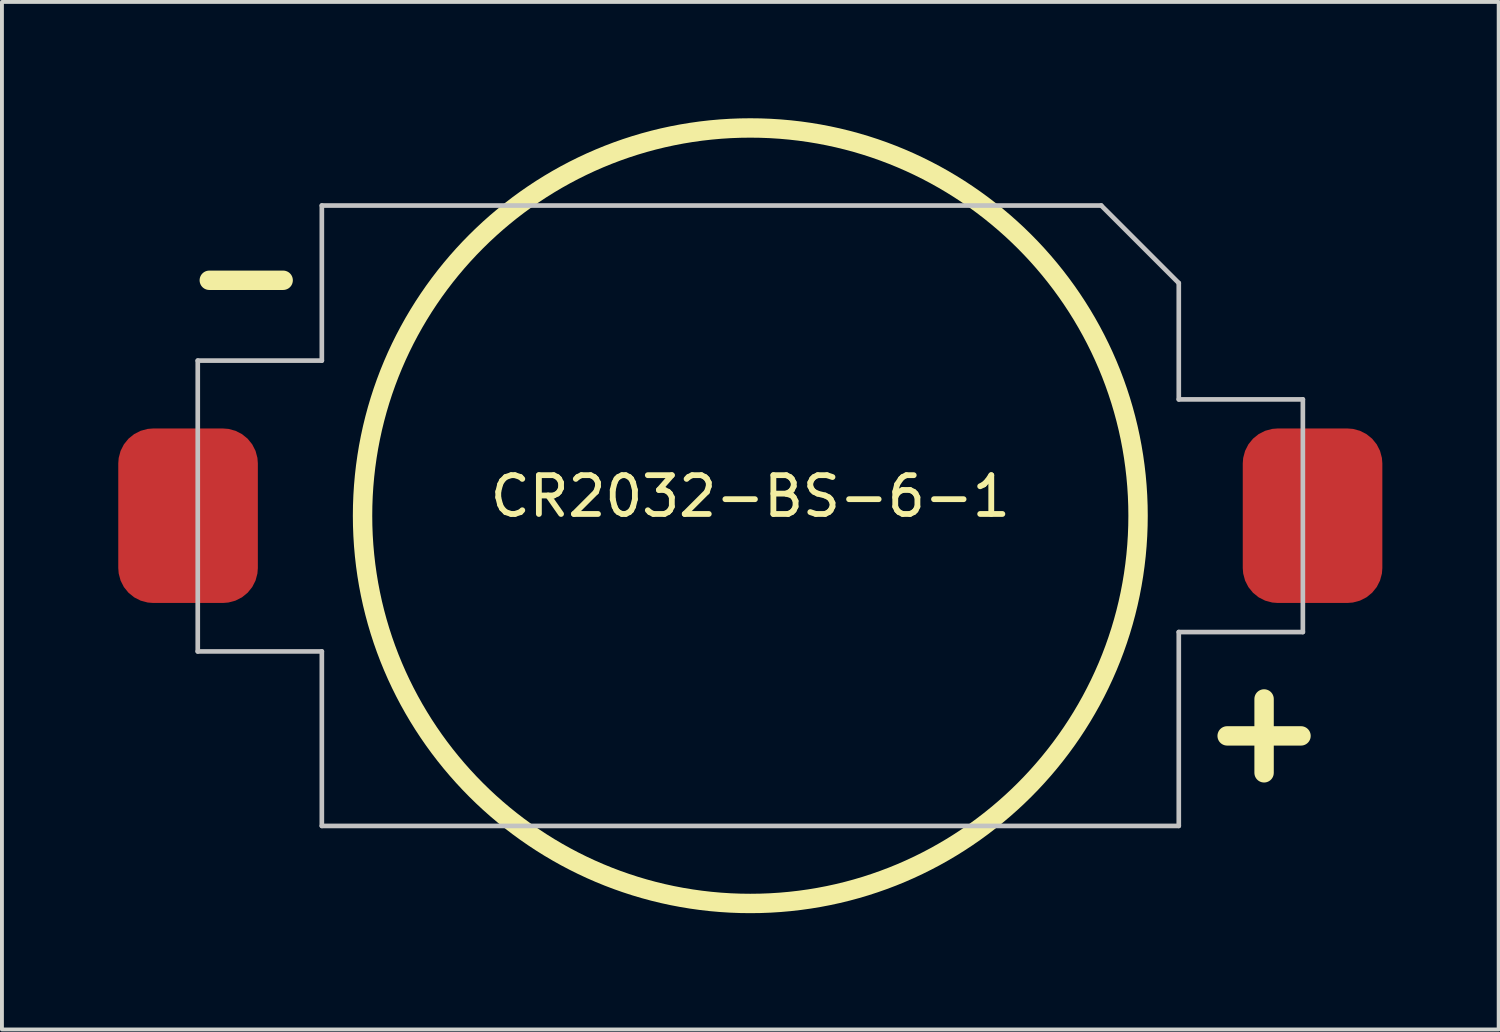
<source format=kicad_pcb>
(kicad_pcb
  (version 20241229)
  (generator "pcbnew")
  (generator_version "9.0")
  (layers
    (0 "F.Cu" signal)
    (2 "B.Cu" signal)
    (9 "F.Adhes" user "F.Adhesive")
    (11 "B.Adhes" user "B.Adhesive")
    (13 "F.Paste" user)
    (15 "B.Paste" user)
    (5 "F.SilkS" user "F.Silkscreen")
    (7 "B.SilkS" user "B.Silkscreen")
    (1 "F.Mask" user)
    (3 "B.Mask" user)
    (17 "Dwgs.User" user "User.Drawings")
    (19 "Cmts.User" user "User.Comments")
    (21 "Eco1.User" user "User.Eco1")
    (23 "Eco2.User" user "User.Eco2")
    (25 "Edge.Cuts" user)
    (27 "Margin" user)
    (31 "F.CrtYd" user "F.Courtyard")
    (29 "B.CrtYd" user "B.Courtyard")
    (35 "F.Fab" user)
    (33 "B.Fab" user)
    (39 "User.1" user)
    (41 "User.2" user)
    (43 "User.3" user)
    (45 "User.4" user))
  (footprint "CR2032-BS-6-1"
    (layer "F.Cu")
    (at 16.3 10.25)
    (property "Reference" "CR2032-BS-6-1" (at 0 -0.5 0) (unlocked yes) (layer "F.SilkS") (effects (font (size 1 1) (thickness 0.15))))
    (attr smd)
    (fp_circle (center 0 0) (end 10 0) (stroke (width 0.5) (type solid)) (fill no) (layer "F.SilkS"))
    (fp_line (start -14.25 -4) (end -11.05 -4) (stroke (width 0.12) (type solid)) (layer "Dwgs.User"))
    (fp_line (start -14.25 3.5) (end -14.25 -4) (stroke (width 0.12) (type solid)) (layer "Dwgs.User"))
    (fp_line (start -14.25 3.5) (end -11.05 3.5) (stroke (width 0.12) (type solid)) (layer "Dwgs.User"))
    (fp_line (start -11.05 -8) (end -11.05 -4) (stroke (width 0.12) (type solid)) (layer "Dwgs.User"))
    (fp_line (start -11.05 -8) (end 9.05 -8) (stroke (width 0.12) (type solid)) (layer "Dwgs.User"))
    (fp_line (start -11.05 8) (end -11.05 3.5) (stroke (width 0.12) (type solid)) (layer "Dwgs.User"))
    (fp_line (start 9.05 -8) (end 11.05 -6) (stroke (width 0.12) (type solid)) (layer "Dwgs.User"))
    (fp_line (start 11.05 -3) (end 11.05 -6) (stroke (width 0.12) (type solid)) (layer "Dwgs.User"))
    (fp_line (start 11.05 3) (end 11.05 8) (stroke (width 0.12) (type solid)) (layer "Dwgs.User"))
    (fp_line (start 11.05 8) (end -11.05 8) (stroke (width 0.12) (type solid)) (layer "Dwgs.User"))
    (fp_line (start 14.25 -3) (end 11.05 -3) (stroke (width 0.12) (type solid)) (layer "Dwgs.User"))
    (fp_line (start 14.25 -3) (end 14.25 3) (stroke (width 0.12) (type solid)) (layer "Dwgs.User"))
    (fp_line (start 14.25 3) (end 11.05 3) (stroke (width 0.12) (type solid)) (layer "Dwgs.User"))
    (fp_text user "+" (at 13.25 5.5 0) (unlocked yes) (layer "F.SilkS") (effects (font (size 2.5 2.5) (thickness 0.5))))
    (fp_text user "-" (at -13 -6.25 0) (unlocked yes) (layer "F.SilkS") (effects (font (size 2.5 2.5) (thickness 0.5))))
    (pad "1" smd roundrect (at 14.5 0) (size 3.6 4.5) (layers "F.Cu" "F.Mask" "F.Paste") (roundrect_rratio 0.25))
    (pad "2" smd roundrect (at -14.5 0) (size 3.6 4.5) (layers "F.Cu" "F.Mask" "F.Paste") (roundrect_rratio 0.25)))
  (gr_rect
    (start -3 -3)
    (end 35.6 23.5)
    (stroke (width 0.1) (type default))
    (fill no)
    (layer "Edge.Cuts")))
</source>
